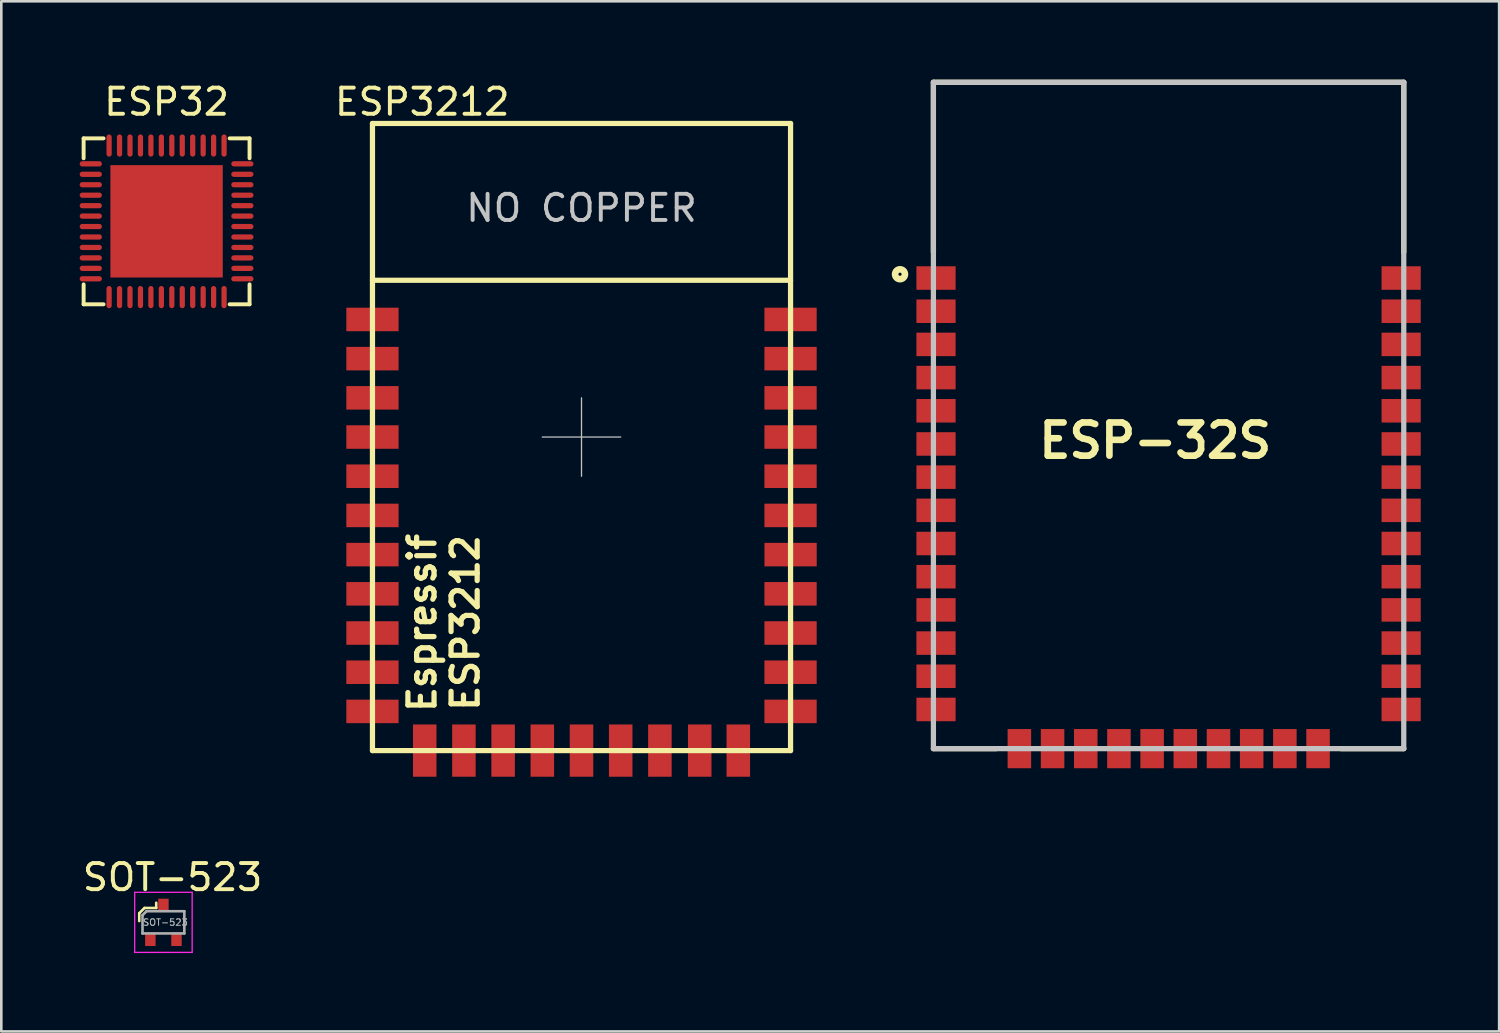
<source format=kicad_pcb>
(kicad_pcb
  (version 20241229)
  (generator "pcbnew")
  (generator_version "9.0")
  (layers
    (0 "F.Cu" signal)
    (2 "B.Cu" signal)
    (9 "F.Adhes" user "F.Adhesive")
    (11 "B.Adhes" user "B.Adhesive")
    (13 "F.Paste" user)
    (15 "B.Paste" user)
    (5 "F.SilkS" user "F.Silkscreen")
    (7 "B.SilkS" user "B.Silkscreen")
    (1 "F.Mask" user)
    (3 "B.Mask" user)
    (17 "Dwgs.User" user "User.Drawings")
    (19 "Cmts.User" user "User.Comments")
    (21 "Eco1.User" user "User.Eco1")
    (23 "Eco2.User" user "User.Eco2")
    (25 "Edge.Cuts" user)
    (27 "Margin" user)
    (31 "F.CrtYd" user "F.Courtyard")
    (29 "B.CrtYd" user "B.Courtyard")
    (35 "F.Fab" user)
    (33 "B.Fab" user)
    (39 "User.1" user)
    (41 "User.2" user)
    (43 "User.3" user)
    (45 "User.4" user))
  (footprint "ESP-32S"
    (layer "F.Cu")
    (at 41.671 25.6)
    (property "Reference" "ESP-32S" (at -0.511 -11.787 0) (layer "F.SilkS") (effects (font (size 1.27 1.27) (thickness 0.254))))
    (attr smd)
    (fp_line (start -9 -25.5) (end -9 -18.998) (stroke (width 0.2) (type solid)) (layer "F.SilkS"))
    (fp_line (start -9 -25.5) (end 9 -25.5) (stroke (width 0.2) (type solid)) (layer "F.SilkS"))
    (fp_line (start -9 0) (end -6.596 0) (stroke (width 0.2) (type solid)) (layer "F.SilkS"))
    (fp_line (start 9 -25.5) (end 9 -18.998) (stroke (width 0.2) (type solid)) (layer "F.SilkS"))
    (fp_line (start 9 0) (end 6.596 0) (stroke (width 0.2) (type solid)) (layer "F.SilkS"))
    (fp_circle (center -10.278 -18.155) (end -10.339 -18.155) (stroke (width 0.254) (type solid)) (fill no) (layer "F.SilkS"))
    (fp_line (start -9 -25.5) (end 9 -25.5) (stroke (width 0.2) (type solid)) (layer "Dwgs.User"))
    (fp_line (start -9 0) (end -9 -25.5) (stroke (width 0.2) (type solid)) (layer "Dwgs.User"))
    (fp_line (start 9 -25.5) (end 9 0) (stroke (width 0.2) (type solid)) (layer "Dwgs.User"))
    (fp_line (start 9 0) (end -9 0) (stroke (width 0.2) (type solid)) (layer "Dwgs.User"))
    (pad "1" smd rect (at -8.9 -18.01 90) (size 0.9 1.5) (layers "F.Cu" "F.Mask" "F.Paste"))
    (pad "2" smd rect (at -8.9 -16.74 90) (size 0.9 1.5) (layers "F.Cu" "F.Mask" "F.Paste"))
    (pad "3" smd rect (at -8.9 -15.47 90) (size 0.9 1.5) (layers "F.Cu" "F.Mask" "F.Paste"))
    (pad "4" smd rect (at -8.9 -14.2 90) (size 0.9 1.5) (layers "F.Cu" "F.Mask" "F.Paste"))
    (pad "5" smd rect (at -8.9 -12.93 90) (size 0.9 1.5) (layers "F.Cu" "F.Mask" "F.Paste"))
    (pad "6" smd rect (at -8.9 -11.66 90) (size 0.9 1.5) (layers "F.Cu" "F.Mask" "F.Paste"))
    (pad "7" smd rect (at -8.9 -10.39 90) (size 0.9 1.5) (layers "F.Cu" "F.Mask" "F.Paste"))
    (pad "8" smd rect (at -8.9 -9.12 90) (size 0.9 1.5) (layers "F.Cu" "F.Mask" "F.Paste"))
    (pad "9" smd rect (at -8.9 -7.85 90) (size 0.9 1.5) (layers "F.Cu" "F.Mask" "F.Paste"))
    (pad "10" smd rect (at -8.9 -6.58 90) (size 0.9 1.5) (layers "F.Cu" "F.Mask" "F.Paste"))
    (pad "11" smd rect (at -8.9 -5.31 90) (size 0.9 1.5) (layers "F.Cu" "F.Mask" "F.Paste"))
    (pad "12" smd rect (at -8.9 -4.04 90) (size 0.9 1.5) (layers "F.Cu" "F.Mask" "F.Paste"))
    (pad "13" smd rect (at -8.9 -2.77 90) (size 0.9 1.5) (layers "F.Cu" "F.Mask" "F.Paste"))
    (pad "14" smd rect (at -8.9 -1.5 90) (size 0.9 1.5) (layers "F.Cu" "F.Mask" "F.Paste"))
    (pad "15" smd rect (at -5.71 0) (size 0.9 1.5) (layers "F.Cu" "F.Mask" "F.Paste"))
    (pad "16" smd rect (at -4.44 0) (size 0.9 1.5) (layers "F.Cu" "F.Mask" "F.Paste"))
    (pad "17" smd rect (at -3.17 0) (size 0.9 1.5) (layers "F.Cu" "F.Mask" "F.Paste"))
    (pad "18" smd rect (at -1.9 0) (size 0.9 1.5) (layers "F.Cu" "F.Mask" "F.Paste"))
    (pad "19" smd rect (at -0.63 0) (size 0.9 1.5) (layers "F.Cu" "F.Mask" "F.Paste"))
    (pad "20" smd rect (at 0.64 0) (size 0.9 1.5) (layers "F.Cu" "F.Mask" "F.Paste"))
    (pad "21" smd rect (at 1.91 0) (size 0.9 1.5) (layers "F.Cu" "F.Mask" "F.Paste"))
    (pad "22" smd rect (at 3.18 0) (size 0.9 1.5) (layers "F.Cu" "F.Mask" "F.Paste"))
    (pad "23" smd rect (at 4.45 0) (size 0.9 1.5) (layers "F.Cu" "F.Mask" "F.Paste"))
    (pad "24" smd rect (at 5.72 0) (size 0.9 1.5) (layers "F.Cu" "F.Mask" "F.Paste"))
    (pad "25" smd rect (at 8.9 -1.5 90) (size 0.9 1.5) (layers "F.Cu" "F.Mask" "F.Paste"))
    (pad "26" smd rect (at 8.9 -2.77 90) (size 0.9 1.5) (layers "F.Cu" "F.Mask" "F.Paste"))
    (pad "27" smd rect (at 8.9 -4.04 90) (size 0.9 1.5) (layers "F.Cu" "F.Mask" "F.Paste"))
    (pad "28" smd rect (at 8.9 -5.31 90) (size 0.9 1.5) (layers "F.Cu" "F.Mask" "F.Paste"))
    (pad "29" smd rect (at 8.9 -6.58 90) (size 0.9 1.5) (layers "F.Cu" "F.Mask" "F.Paste"))
    (pad "30" smd rect (at 8.9 -7.85 90) (size 0.9 1.5) (layers "F.Cu" "F.Mask" "F.Paste"))
    (pad "31" smd rect (at 8.9 -9.12 90) (size 0.9 1.5) (layers "F.Cu" "F.Mask" "F.Paste"))
    (pad "32" smd rect (at 8.9 -10.39 90) (size 0.9 1.5) (layers "F.Cu" "F.Mask" "F.Paste"))
    (pad "33" smd rect (at 8.9 -11.66 90) (size 0.9 1.5) (layers "F.Cu" "F.Mask" "F.Paste"))
    (pad "34" smd rect (at 8.9 -12.93 90) (size 0.9 1.5) (layers "F.Cu" "F.Mask" "F.Paste"))
    (pad "35" smd rect (at 8.9 -14.2 90) (size 0.9 1.5) (layers "F.Cu" "F.Mask" "F.Paste"))
    (pad "36" smd rect (at 8.9 -15.47 90) (size 0.9 1.5) (layers "F.Cu" "F.Mask" "F.Paste"))
    (pad "37" smd rect (at 8.9 -16.74 90) (size 0.9 1.5) (layers "F.Cu" "F.Mask" "F.Paste"))
    (pad "38" smd rect (at 8.9 -18.01 90) (size 0.9 1.5) (layers "F.Cu" "F.Mask" "F.Paste")))
  (footprint "SOT-523"
    (layer "F.Cu")
    (at 3.204 32.248)
    (property "Reference" "SOT-523" (at 0.35 -1.725 0) (layer "F.SilkS") (effects (font (size 1 1) (thickness 0.15))))
    (attr smd)
    (fp_line (start -0.925 -0.35) (end -0.725 -0.55) (stroke (width 0.1) (type solid)) (layer "F.SilkS"))
    (fp_line (start -0.925 -0.05) (end -0.925 -0.35) (stroke (width 0.1) (type solid)) (layer "F.SilkS"))
    (fp_line (start -0.725 -0.55) (end -0.275 -0.55) (stroke (width 0.1) (type solid)) (layer "F.SilkS"))
    (fp_line (start -0.275 -0.55) (end -0.275 -0.75) (stroke (width 0.1) (type solid)) (layer "F.SilkS"))
    (fp_line (start -1.1 -1.15) (end -1.1 1.15) (stroke (width 0.05) (type solid)) (layer "F.CrtYd"))
    (fp_line (start -1.1 -1.15) (end 1.1 -1.15) (stroke (width 0.05) (type solid)) (layer "F.CrtYd"))
    (fp_line (start -1.1 1.15) (end 1.1 1.15) (stroke (width 0.05) (type solid)) (layer "F.CrtYd"))
    (fp_line (start 1.1 -1.15) (end 1.1 1.15) (stroke (width 0.05) (type solid)) (layer "F.CrtYd"))
    (fp_line (start -0.8 -0.275) (end -0.8 0.425) (stroke (width 0.1) (type solid)) (layer "F.Fab"))
    (fp_line (start -0.65 -0.425) (end -0.8 -0.275) (stroke (width 0.1) (type solid)) (layer "F.Fab"))
    (fp_line (start 0.8 -0.425) (end -0.65 -0.425) (stroke (width 0.1) (type solid)) (layer "F.Fab"))
    (fp_line (start 0.8 -0.425) (end 0.8 0.425) (stroke (width 0.1) (type solid)) (layer "F.Fab"))
    (fp_line (start 0.8 0.425) (end -0.8 0.425) (stroke (width 0.1) (type solid)) (layer "F.Fab"))
    (fp_text user "${REFERENCE}" (at 0.075 0.00024 0) (layer "F.Fab") (effects (font (size 0.25 0.25) (thickness 0.04))))
    (pad "1" smd rect (at -0.5 0.65) (size 0.4 0.51) (layers "F.Cu" "F.Mask" "F.Paste"))
    (pad "2" smd rect (at 0.5 0.65) (size 0.4 0.51) (layers "F.Cu" "F.Mask" "F.Paste"))
    (pad "3" smd rect (at 0 -0.65) (size 0.4 0.51) (layers "F.Cu" "F.Mask" "F.Paste")))
  (footprint "ESP3212"
    (layer "F.Cu")
    (at 19.204 13.675)
    (property "Reference" "ESP3212" (at -6.096 -12.827 0) (layer "F.SilkS") (effects (font (size 1 1) (thickness 0.15))))
    (attr through_hole)
    (fp_line (start -8 -12) (end 8 -12) (stroke (width 0.2) (type solid)) (layer "F.SilkS"))
    (fp_line (start -8 -6) (end 8 -6) (stroke (width 0.2) (type solid)) (layer "F.SilkS"))
    (fp_line (start -8 12) (end -8 -12) (stroke (width 0.2) (type solid)) (layer "F.SilkS"))
    (fp_line (start 8 -12) (end 8 12) (stroke (width 0.2) (type solid)) (layer "F.SilkS"))
    (fp_line (start 8 12) (end -8 12) (stroke (width 0.2) (type solid)) (layer "F.SilkS"))
    (fp_line (start 0 -1.5) (end 0 1.5) (stroke (width 0.05) (type solid)) (layer "Dwgs.User"))
    (fp_line (start 1.5 0) (end -1.5 0) (stroke (width 0.05) (type solid)) (layer "Dwgs.User"))
    (fp_text user "ESP3212" (at -4.445 7.112 90) (layer "F.SilkS") (effects (font (size 1 1) (thickness 0.2))))
    (fp_text user "Espressif" (at -6.096 7.112 90) (layer "F.SilkS") (effects (font (size 1 1) (thickness 0.2))))
    (fp_text user "NO COPPER" (at 0 -8.763 0) (layer "Dwgs.User") (effects (font (size 1 1) (thickness 0.15))))
    (pad "2" smd rect (at -8 -3) (size 2 0.9) (layers "F.Cu" "F.Mask" "F.Paste"))
    (pad "3" smd rect (at -8 -1.5) (size 2 0.9) (layers "F.Cu" "F.Mask" "F.Paste"))
    (pad "4" smd rect (at -8 0) (size 2 0.9) (layers "F.Cu" "F.Mask" "F.Paste"))
    (pad "5" smd rect (at -8 1.5) (size 2 0.9) (layers "F.Cu" "F.Mask" "F.Paste"))
    (pad "6" smd rect (at -8 3) (size 2 0.9) (layers "F.Cu" "F.Mask" "F.Paste"))
    (pad "7" smd rect (at -8 4.5) (size 2 0.9) (layers "F.Cu" "F.Mask" "F.Paste"))
    (pad "8" smd rect (at -8 6) (size 2 0.9) (layers "F.Cu" "F.Mask" "F.Paste"))
    (pad "9" smd rect (at -8 7.5) (size 2 0.9) (layers "F.Cu" "F.Mask" "F.Paste"))
    (pad "10" smd rect (at -8 9) (size 2 0.9) (layers "F.Cu" "F.Mask" "F.Paste"))
    (pad "11" smd rect (at -8 10.5) (size 2 0.9) (layers "F.Cu" "F.Mask" "F.Paste"))
    (pad "12" smd rect (at -6 12) (size 0.9 2) (layers "F.Cu" "F.Mask" "F.Paste"))
    (pad "13" smd rect (at -4.5 12) (size 0.9 2) (layers "F.Cu" "F.Mask" "F.Paste"))
    (pad "14" smd rect (at -3 12) (size 0.9 2) (layers "F.Cu" "F.Mask" "F.Paste"))
    (pad "15" smd rect (at -1.5 12) (size 0.9 2) (layers "F.Cu" "F.Mask" "F.Paste"))
    (pad "16" smd rect (at 0 12) (size 0.9 2) (layers "F.Cu" "F.Mask" "F.Paste"))
    (pad "17" smd rect (at 1.5 12) (size 0.9 2) (layers "F.Cu" "F.Mask" "F.Paste"))
    (pad "18" smd rect (at 3 12) (size 0.9 2) (layers "F.Cu" "F.Mask" "F.Paste"))
    (pad "19" smd rect (at 4.524 12) (size 0.9 2) (layers "F.Cu" "F.Mask" "F.Paste"))
    (pad "20" smd rect (at 6 12) (size 0.9 2) (layers "F.Cu" "F.Mask" "F.Paste"))
    (pad "21" smd rect (at -8 -4.5) (size 2 0.9) (layers "F.Cu" "F.Mask" "F.Paste"))
    (pad "21" smd rect (at 8 10.5) (size 2 0.9) (layers "F.Cu" "F.Mask" "F.Paste"))
    (pad "22" smd rect (at 8 9) (size 2 0.9) (layers "F.Cu" "F.Mask" "F.Paste"))
    (pad "23" smd rect (at 8 7.5) (size 2 0.9) (layers "F.Cu" "F.Mask" "F.Paste"))
    (pad "24" smd rect (at 8 6) (size 2 0.9) (layers "F.Cu" "F.Mask" "F.Paste"))
    (pad "25" smd rect (at 8.001 4.5) (size 2 0.9) (layers "F.Cu" "F.Mask" "F.Paste"))
    (pad "26" smd rect (at 8 3) (size 2 0.9) (layers "F.Cu" "F.Mask" "F.Paste"))
    (pad "27" smd rect (at 8 1.5) (size 2 0.9) (layers "F.Cu" "F.Mask" "F.Paste"))
    (pad "28" smd rect (at 8 0) (size 2 0.9) (layers "F.Cu" "F.Mask" "F.Paste"))
    (pad "29" smd rect (at 8 -1.5) (size 2 0.9) (layers "F.Cu" "F.Mask" "F.Paste"))
    (pad "30" smd rect (at 8 -3) (size 2 0.9) (layers "F.Cu" "F.Mask" "F.Paste"))
    (pad "31" smd rect (at 8 -4.5) (size 2 0.9) (layers "F.Cu" "F.Mask" "F.Paste")))
  (footprint "ESP32"
    (layer "F.Cu")
    (at 3.325 5.42)
    (property "Reference" "ESP32" (at 0 -4.572 0) (layer "F.SilkS") (effects (font (size 1 1) (thickness 0.15))))
    (attr through_hole)
    (fp_line (start -3.175 -3.175) (end -3.175 -2.413) (stroke (width 0.15) (type solid)) (layer "F.SilkS"))
    (fp_line (start -3.175 2.413) (end -3.175 3.175) (stroke (width 0.15) (type solid)) (layer "F.SilkS"))
    (fp_line (start -3.175 3.175) (end -2.413 3.175) (stroke (width 0.15) (type solid)) (layer "F.SilkS"))
    (fp_line (start -2.413 -3.175) (end -3.175 -3.175) (stroke (width 0.15) (type solid)) (layer "F.SilkS"))
    (fp_line (start 2.413 -3.175) (end 3.175 -3.175) (stroke (width 0.15) (type solid)) (layer "F.SilkS"))
    (fp_line (start 3.175 -3.175) (end 3.175 -2.413) (stroke (width 0.15) (type solid)) (layer "F.SilkS"))
    (fp_line (start 3.175 2.413) (end 3.175 3.175) (stroke (width 0.15) (type solid)) (layer "F.SilkS"))
    (fp_line (start 3.175 3.175) (end 2.413 3.175) (stroke (width 0.15) (type solid)) (layer "F.SilkS"))
    (pad "1" smd oval (at -2.9 2.2) (size 0.85 0.2) (layers "F.Cu" "F.Mask" "F.Paste"))
    (pad "2" smd oval (at -2.9 1.8) (size 0.85 0.2) (layers "F.Cu" "F.Mask" "F.Paste"))
    (pad "3" smd oval (at -2.9 1.4) (size 0.85 0.2) (layers "F.Cu" "F.Mask" "F.Paste"))
    (pad "4" smd oval (at -2.9 1) (size 0.85 0.2) (layers "F.Cu" "F.Mask" "F.Paste"))
    (pad "5" smd oval (at -2.9 0.6) (size 0.85 0.2) (layers "F.Cu" "F.Mask" "F.Paste"))
    (pad "6" smd oval (at -2.9 0.2) (size 0.85 0.2) (layers "F.Cu" "F.Mask" "F.Paste"))
    (pad "7" smd oval (at -2.9 -0.2) (size 0.85 0.2) (layers "F.Cu" "F.Mask" "F.Paste"))
    (pad "8" smd oval (at -2.9 -0.6) (size 0.85 0.2) (layers "F.Cu" "F.Mask" "F.Paste"))
    (pad "9" smd oval (at -2.9 -1) (size 0.85 0.2) (layers "F.Cu" "F.Mask" "F.Paste"))
    (pad "10" smd oval (at -2.9 -1.4) (size 0.85 0.2) (layers "F.Cu" "F.Mask" "F.Paste"))
    (pad "11" smd oval (at -2.9 -1.8) (size 0.85 0.2) (layers "F.Cu" "F.Mask" "F.Paste"))
    (pad "12" smd oval (at -2.9 -2.2) (size 0.85 0.2) (layers "F.Cu" "F.Mask" "F.Paste"))
    (pad "13" smd oval (at -2.2 -2.9) (size 0.2 0.85) (layers "F.Cu" "F.Mask" "F.Paste"))
    (pad "14" smd oval (at -1.8 -2.9) (size 0.2 0.85) (layers "F.Cu" "F.Mask" "F.Paste"))
    (pad "15" smd oval (at -1.4 -2.9) (size 0.2 0.85) (layers "F.Cu" "F.Mask" "F.Paste"))
    (pad "16" smd oval (at -1 -2.9) (size 0.2 0.85) (layers "F.Cu" "F.Mask" "F.Paste"))
    (pad "17" smd oval (at -0.6 -2.9) (size 0.2 0.85) (layers "F.Cu" "F.Mask" "F.Paste"))
    (pad "18" smd oval (at -0.2 -2.9) (size 0.2 0.85) (layers "F.Cu" "F.Mask" "F.Paste"))
    (pad "19" smd oval (at 0.2 -2.9) (size 0.2 0.85) (layers "F.Cu" "F.Mask" "F.Paste"))
    (pad "20" smd oval (at 0.6 -2.9) (size 0.2 0.85) (layers "F.Cu" "F.Mask" "F.Paste"))
    (pad "21" smd oval (at 1 -2.9) (size 0.2 0.85) (layers "F.Cu" "F.Mask" "F.Paste"))
    (pad "22" smd oval (at 1.4 -2.9) (size 0.2 0.85) (layers "F.Cu" "F.Mask" "F.Paste"))
    (pad "23" smd oval (at 1.8 -2.9) (size 0.2 0.85) (layers "F.Cu" "F.Mask" "F.Paste"))
    (pad "24" smd oval (at 2.2 -2.9) (size 0.2 0.85) (layers "F.Cu" "F.Mask" "F.Paste"))
    (pad "25" smd oval (at 2.9 -2.2) (size 0.85 0.2) (layers "F.Cu" "F.Mask" "F.Paste"))
    (pad "26" smd oval (at 2.9 -1.8) (size 0.85 0.2) (layers "F.Cu" "F.Mask" "F.Paste"))
    (pad "27" smd oval (at 2.9 -1.4) (size 0.85 0.2) (layers "F.Cu" "F.Mask" "F.Paste"))
    (pad "28" smd oval (at 2.9 -1) (size 0.85 0.2) (layers "F.Cu" "F.Mask" "F.Paste"))
    (pad "29" smd oval (at 2.9 -0.6) (size 0.85 0.2) (layers "F.Cu" "F.Mask" "F.Paste"))
    (pad "30" smd oval (at 2.9 -0.2) (size 0.85 0.2) (layers "F.Cu" "F.Mask" "F.Paste"))
    (pad "31" smd oval (at 2.9 0.2) (size 0.85 0.2) (layers "F.Cu" "F.Mask" "F.Paste"))
    (pad "32" smd oval (at 2.9 0.6) (size 0.85 0.2) (layers "F.Cu" "F.Mask" "F.Paste"))
    (pad "33" smd oval (at 2.9 1) (size 0.85 0.2) (layers "F.Cu" "F.Mask" "F.Paste"))
    (pad "34" smd oval (at 2.9 1.4) (size 0.85 0.2) (layers "F.Cu" "F.Mask" "F.Paste"))
    (pad "35" smd oval (at 2.9 1.8) (size 0.85 0.2) (layers "F.Cu" "F.Mask" "F.Paste"))
    (pad "36" smd oval (at 2.9 2.2) (size 0.85 0.2) (layers "F.Cu" "F.Mask" "F.Paste"))
    (pad "37" smd oval (at 2.2 2.9) (size 0.2 0.85) (layers "F.Cu" "F.Mask" "F.Paste"))
    (pad "38" smd oval (at 1.8 2.9) (size 0.2 0.85) (layers "F.Cu" "F.Mask" "F.Paste"))
    (pad "39" smd oval (at 1.4 2.9) (size 0.2 0.85) (layers "F.Cu" "F.Mask" "F.Paste"))
    (pad "40" smd oval (at 1 2.9) (size 0.2 0.85) (layers "F.Cu" "F.Mask" "F.Paste"))
    (pad "41" smd oval (at 0.6 2.9) (size 0.2 0.85) (layers "F.Cu" "F.Mask" "F.Paste"))
    (pad "42" smd oval (at 0.2 2.9) (size 0.2 0.85) (layers "F.Cu" "F.Mask" "F.Paste"))
    (pad "43" smd oval (at -0.2 2.9) (size 0.2 0.85) (layers "F.Cu" "F.Mask" "F.Paste"))
    (pad "44" smd oval (at -0.6 2.9) (size 0.2 0.85) (layers "F.Cu" "F.Mask" "F.Paste"))
    (pad "45" smd oval (at -1 2.9) (size 0.2 0.85) (layers "F.Cu" "F.Mask" "F.Paste"))
    (pad "46" smd oval (at -1.4 2.9) (size 0.2 0.85) (layers "F.Cu" "F.Mask" "F.Paste"))
    (pad "47" smd oval (at -1.8 2.9) (size 0.2 0.85) (layers "F.Cu" "F.Mask" "F.Paste"))
    (pad "48" smd oval (at -2.2 2.9) (size 0.2 0.85) (layers "F.Cu" "F.Mask" "F.Paste"))
    (pad "49" smd rect (at 0 0) (size 4.3 4.3) (layers "F.Cu" "F.Mask" "F.Paste")))
  (gr_rect
    (start -3 -3)
    (end 54.321 36.423)
    (stroke (width 0.1) (type default))
    (fill no)
    (layer "Edge.Cuts")))
</source>
